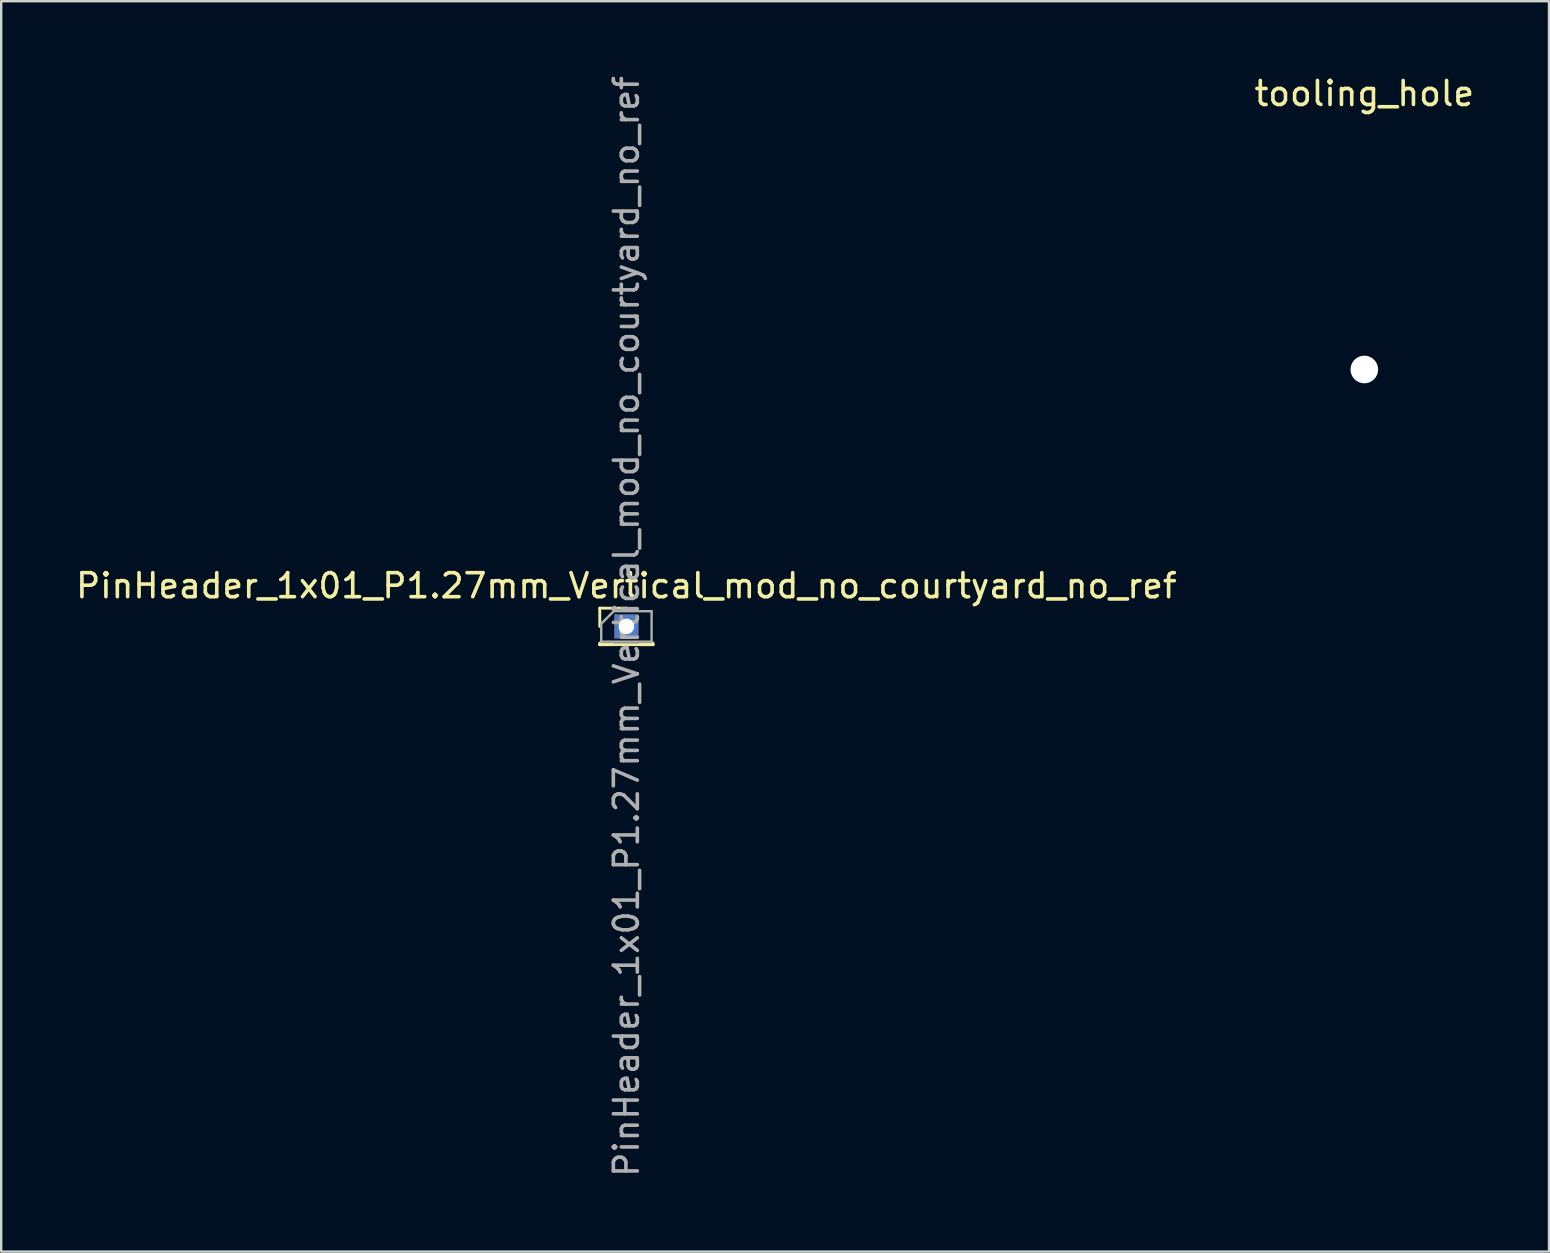
<source format=kicad_pcb>
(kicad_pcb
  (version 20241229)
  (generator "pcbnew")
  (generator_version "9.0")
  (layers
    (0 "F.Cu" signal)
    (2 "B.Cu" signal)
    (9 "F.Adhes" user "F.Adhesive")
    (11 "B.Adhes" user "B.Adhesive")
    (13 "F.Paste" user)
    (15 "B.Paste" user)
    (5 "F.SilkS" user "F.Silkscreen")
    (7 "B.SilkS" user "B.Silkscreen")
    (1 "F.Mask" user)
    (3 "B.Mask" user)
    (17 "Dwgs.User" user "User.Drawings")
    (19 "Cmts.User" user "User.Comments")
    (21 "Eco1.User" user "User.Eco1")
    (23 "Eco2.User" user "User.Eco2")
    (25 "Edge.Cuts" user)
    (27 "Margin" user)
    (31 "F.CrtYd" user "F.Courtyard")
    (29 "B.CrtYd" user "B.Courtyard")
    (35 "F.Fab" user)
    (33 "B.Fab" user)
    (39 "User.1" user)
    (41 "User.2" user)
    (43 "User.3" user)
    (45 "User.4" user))
  (footprint "PinHeader_1x01_P1.27mm_Vertical_mod_no_courtyard_no_ref"
    (layer "F.Cu")
    (at 23.054 23.054)
    (property "Reference" "PinHeader_1x01_P1.27mm_Vertical_mod_no_courtyard_no_ref" (at 0 -1.695 0) (layer "F.SilkS") (effects (font (size 1 1) (thickness 0.15))))
    (attr through_hole)
    (fp_line (start -1.11 -0.76) (end 0 -0.76) (stroke (width 0.12) (type solid)) (layer "F.SilkS"))
    (fp_line (start -1.11 0) (end -1.11 -0.76) (stroke (width 0.12) (type solid)) (layer "F.SilkS"))
    (fp_line (start -1.11 0.76) (end -1.11 0.695) (stroke (width 0.12) (type solid)) (layer "F.SilkS"))
    (fp_line (start -1.11 0.76) (end -0.563 0.76) (stroke (width 0.12) (type solid)) (layer "F.SilkS"))
    (fp_line (start -1.11 0.76) (end 1.11 0.76) (stroke (width 0.12) (type solid)) (layer "F.SilkS"))
    (fp_line (start 0.563 0.76) (end 1.11 0.76) (stroke (width 0.12) (type solid)) (layer "F.SilkS"))
    (fp_line (start 1.11 0.76) (end 1.11 0.695) (stroke (width 0.12) (type solid)) (layer "F.SilkS"))
    (fp_line (start -1.05 -0.11) (end -0.525 -0.635) (stroke (width 0.1) (type solid)) (layer "F.Fab"))
    (fp_line (start -1.05 0.635) (end -1.05 -0.11) (stroke (width 0.1) (type solid)) (layer "F.Fab"))
    (fp_line (start -0.525 -0.635) (end 1.05 -0.635) (stroke (width 0.1) (type solid)) (layer "F.Fab"))
    (fp_line (start 1.05 -0.635) (end 1.05 0.635) (stroke (width 0.1) (type solid)) (layer "F.Fab"))
    (fp_line (start 1.05 0.635) (end -1.05 0.635) (stroke (width 0.1) (type solid)) (layer "F.Fab"))
    (fp_text user "${REFERENCE}" (at 0 0 90) (layer "F.Fab") (effects (font (size 1 1) (thickness 0.15))))
    (pad "1" thru_hole rect (at 0 0) (size 1 1) (drill 0.65) (layers "*.Cu" "*.Mask")))
  (footprint "tooling_hole"
    (layer "F.Cu")
    (at 53.804 12.348)
    (property "Reference" "tooling_hole" (at 0 -11.5 0) (layer "F.SilkS") (effects (font (size 1 1) (thickness 0.15))))
    (attr through_hole)
    (pad "" np_thru_hole circle (at 0 0) (size 1.152 1.152) (drill 1.152) (layers "*.Cu" "*.Mask")))
  (gr_rect
    (start -3 -3)
    (end 61.5 49.107)
    (stroke (width 0.1) (type default))
    (fill no)
    (layer "Edge.Cuts")))
</source>
